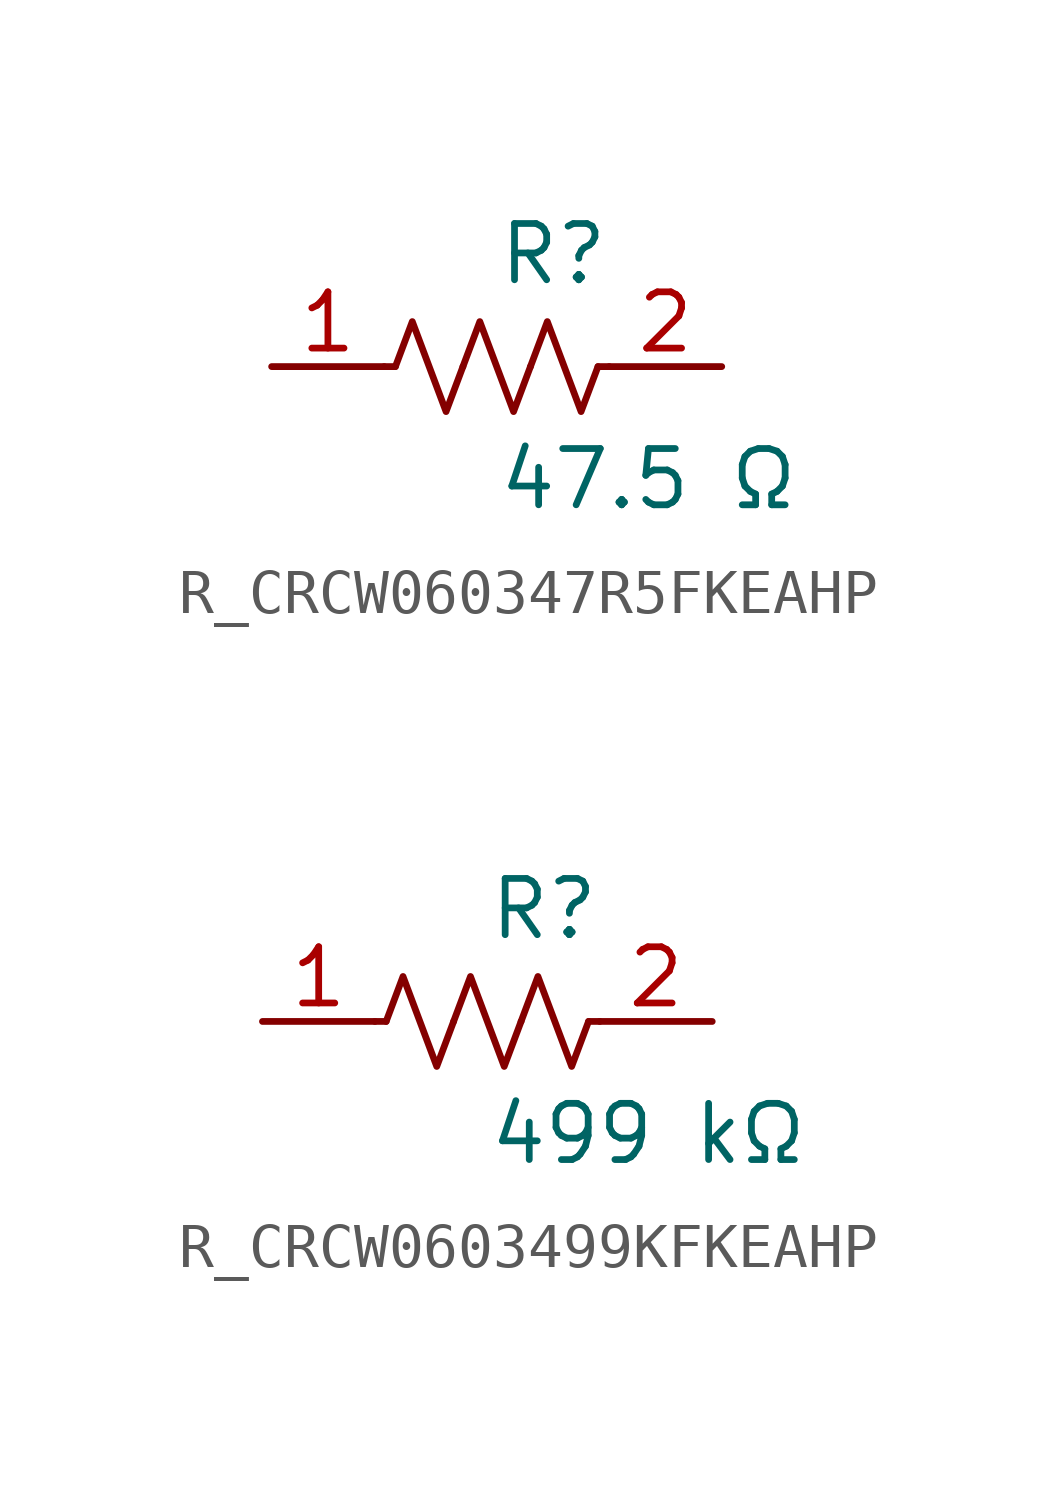
<source format=kicad_sym>
(kicad_symbol_lib
  (version 20231120)
  (generator kicad_symbol_editor)
  (generator_version 8.0)
  (symbol "R_CRCW060347R5FKEAHP"
    (pin_names
      (offset 0.254))
    (property "Reference" "R"
      (at 0.0 2.54 0)
      (effects (font (size 1.27 1.27)) (justify left)))
    (property "Value" "47.5 Ω"
      (at 0.0 -2.54 0)
      (effects (font (size 1.27 1.27)) (justify left)))
    (symbol "R_CRCW060347R5FKEAHP_0_1"
      (polyline (pts (xy 2.286 0) (xy 2.54 0)) (stroke (width 0) (type default)) (fill (type none)))
      (polyline (pts (xy -2.286 0) (xy -2.54 0)) (stroke (width 0) (type default)) (fill (type none)))
      (polyline (pts (xy 0.762 0) (xy 1.143 1.016) (xy 1.524 0) (xy 1.905 -1.016) (xy 2.286 0)) (stroke (width 0) (type default)) (fill (type none)))
      (polyline (pts (xy -0.762 0) (xy -0.381 1.016) (xy 0 0) (xy 0.381 -1.016) (xy 0.762 0)) (stroke (width 0) (type default)) (fill (type none)))
      (polyline (pts (xy -2.286 0) (xy -1.905 1.016) (xy -1.524 0) (xy -1.143 -1.016) (xy -0.762 0)) (stroke (width 0) (type default)) (fill (type none))))
    (pin unspecified line
      (at -5.08 0 0)
      (length 2.54)
      (name "" (effects (font (size 1.27 1.27))))
      (number "1" (effects (font (size 1.27 1.27)))))
    (pin unspecified line
      (at 5.08 0 180)
      (length 2.54)
      (name "" (effects (font (size 1.27 1.27))))
      (number "2" (effects (font (size 1.27 1.27))))))
  (symbol "R_CRCW0603499KFKEAHP"
    (pin_names
      (offset 0.254))
    (property "Reference" "R"
      (at 0.0 2.54 0)
      (effects (font (size 1.27 1.27)) (justify left)))
    (property "Value" "499 kΩ"
      (at 0.0 -2.54 0)
      (effects (font (size 1.27 1.27)) (justify left)))
    (symbol "R_CRCW0603499KFKEAHP_0_1"
      (polyline (pts (xy 2.286 0) (xy 2.54 0)) (stroke (width 0) (type default)) (fill (type none)))
      (polyline (pts (xy -2.286 0) (xy -2.54 0)) (stroke (width 0) (type default)) (fill (type none)))
      (polyline (pts (xy 0.762 0) (xy 1.143 1.016) (xy 1.524 0) (xy 1.905 -1.016) (xy 2.286 0)) (stroke (width 0) (type default)) (fill (type none)))
      (polyline (pts (xy -0.762 0) (xy -0.381 1.016) (xy 0 0) (xy 0.381 -1.016) (xy 0.762 0)) (stroke (width 0) (type default)) (fill (type none)))
      (polyline (pts (xy -2.286 0) (xy -1.905 1.016) (xy -1.524 0) (xy -1.143 -1.016) (xy -0.762 0)) (stroke (width 0) (type default)) (fill (type none))))
    (pin unspecified line
      (at -5.08 0 0)
      (length 2.54)
      (name "" (effects (font (size 1.27 1.27))))
      (number "1" (effects (font (size 1.27 1.27)))))
    (pin unspecified line
      (at 5.08 0 180)
      (length 2.54)
      (name "" (effects (font (size 1.27 1.27))))
      (number "2" (effects (font (size 1.27 1.27)))))))
</source>
